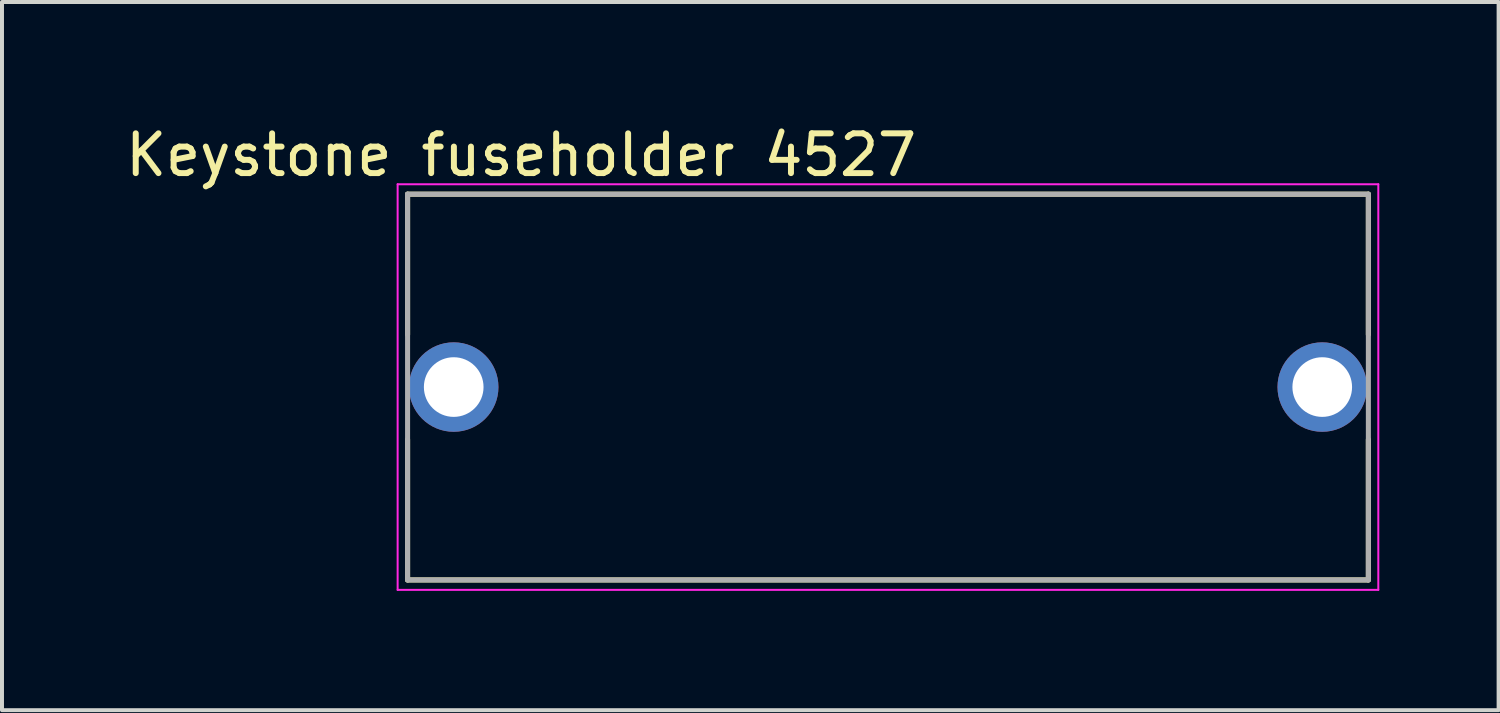
<source format=kicad_pcb>
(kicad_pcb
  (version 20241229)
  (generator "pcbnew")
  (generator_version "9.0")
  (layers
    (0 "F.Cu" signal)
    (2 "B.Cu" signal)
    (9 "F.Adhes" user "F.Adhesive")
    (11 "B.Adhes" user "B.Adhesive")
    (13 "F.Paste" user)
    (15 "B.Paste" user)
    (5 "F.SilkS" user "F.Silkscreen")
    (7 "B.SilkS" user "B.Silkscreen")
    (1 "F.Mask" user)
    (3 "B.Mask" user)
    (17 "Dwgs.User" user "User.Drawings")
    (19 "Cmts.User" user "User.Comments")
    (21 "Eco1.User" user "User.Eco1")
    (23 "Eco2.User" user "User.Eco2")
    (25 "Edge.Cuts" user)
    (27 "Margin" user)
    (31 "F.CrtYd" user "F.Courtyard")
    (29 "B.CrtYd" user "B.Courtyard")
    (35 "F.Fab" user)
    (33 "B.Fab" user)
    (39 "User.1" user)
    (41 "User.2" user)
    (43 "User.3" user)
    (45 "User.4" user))
  (footprint "Keystone fuseholder 4527"
    (layer "F.Cu")
    (at 19.279 6.683)
    (property "Reference" "Keystone fuseholder 4527" (at -9.225 -5.835 0) (layer "F.SilkS") (effects (font (size 1 1) (thickness 0.15))))
    (attr through_hole)
    (fp_line (start -12.08 -4.85) (end -12.08 -1.32) (stroke (width 0.127) (type solid)) (layer "F.SilkS"))
    (fp_line (start -12.08 -4.85) (end 12.08 -4.85) (stroke (width 0.127) (type solid)) (layer "F.SilkS"))
    (fp_line (start -12.08 4.85) (end -12.08 1.32) (stroke (width 0.127) (type solid)) (layer "F.SilkS"))
    (fp_line (start -12.08 4.85) (end 12.08 4.85) (stroke (width 0.127) (type solid)) (layer "F.SilkS"))
    (fp_line (start 12.08 -4.85) (end 12.08 -1.32) (stroke (width 0.127) (type solid)) (layer "F.SilkS"))
    (fp_line (start 12.08 4.85) (end 12.08 1.32) (stroke (width 0.127) (type solid)) (layer "F.SilkS"))
    (fp_line (start -12.33 -5.1) (end 12.33 -5.1) (stroke (width 0.05) (type solid)) (layer "F.CrtYd"))
    (fp_line (start -12.33 5.1) (end -12.33 -5.1) (stroke (width 0.05) (type solid)) (layer "F.CrtYd"))
    (fp_line (start 12.33 -5.1) (end 12.33 5.1) (stroke (width 0.05) (type solid)) (layer "F.CrtYd"))
    (fp_line (start 12.33 5.1) (end -12.33 5.1) (stroke (width 0.05) (type solid)) (layer "F.CrtYd"))
    (fp_line (start -12.08 -4.85) (end 12.08 -4.85) (stroke (width 0.127) (type solid)) (layer "F.Fab"))
    (fp_line (start -12.08 4.85) (end -12.08 -4.85) (stroke (width 0.127) (type solid)) (layer "F.Fab"))
    (fp_line (start 12.08 -4.85) (end 12.08 4.85) (stroke (width 0.127) (type solid)) (layer "F.Fab"))
    (fp_line (start 12.08 4.85) (end -12.08 4.85) (stroke (width 0.127) (type solid)) (layer "F.Fab"))
    (pad "1" thru_hole circle (at -10.92 0) (size 2.25 2.25) (drill 1.5) (layers "*.Cu" "*.Mask"))
    (pad "2" thru_hole circle (at 10.92 0) (size 2.25 2.25) (drill 1.5) (layers "*.Cu" "*.Mask")))
  (gr_rect
    (start -3 -3)
    (end 34.634 14.808)
    (stroke (width 0.1) (type default))
    (fill no)
    (layer "Edge.Cuts")))
</source>
